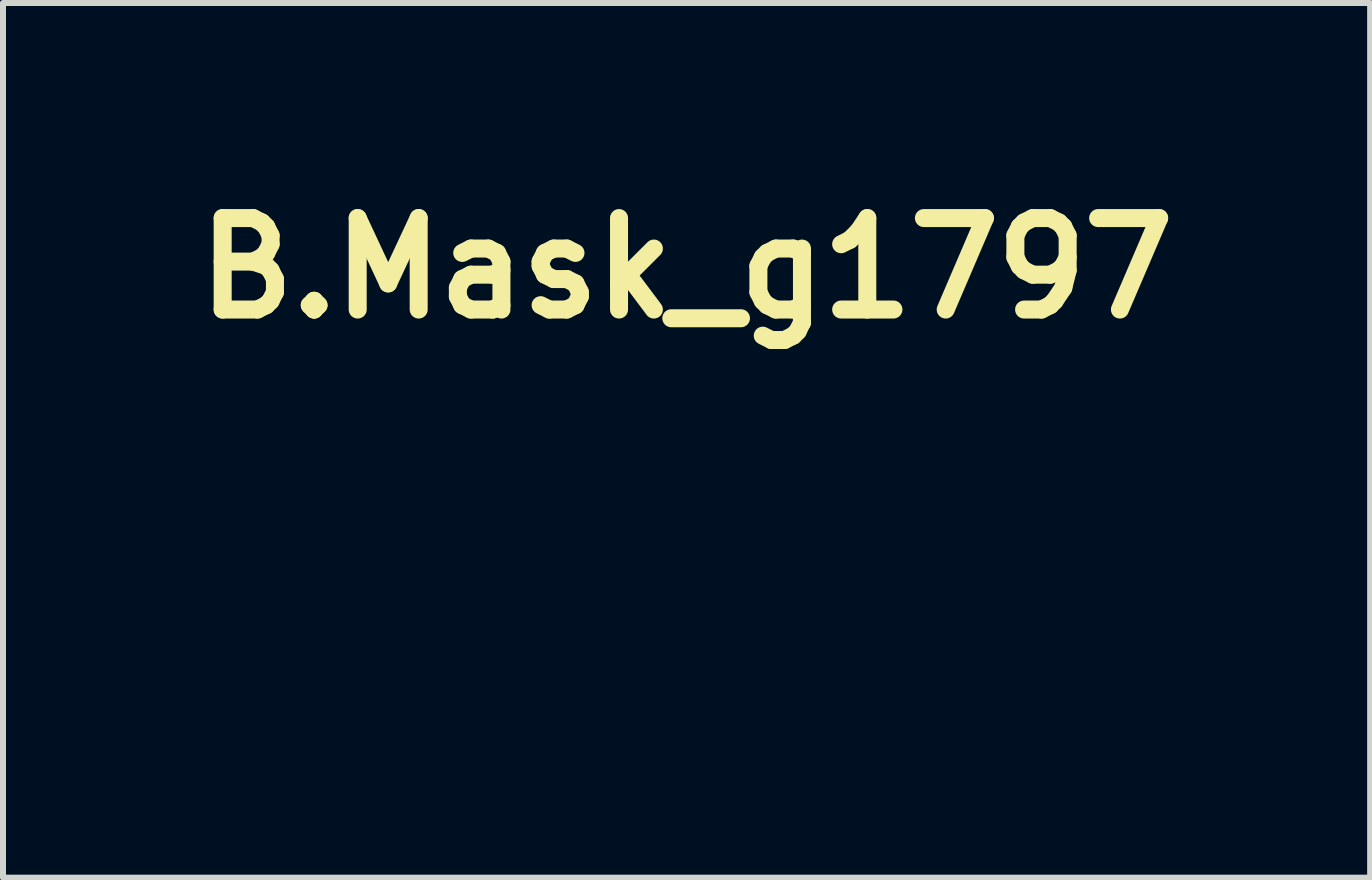
<source format=kicad_pcb>
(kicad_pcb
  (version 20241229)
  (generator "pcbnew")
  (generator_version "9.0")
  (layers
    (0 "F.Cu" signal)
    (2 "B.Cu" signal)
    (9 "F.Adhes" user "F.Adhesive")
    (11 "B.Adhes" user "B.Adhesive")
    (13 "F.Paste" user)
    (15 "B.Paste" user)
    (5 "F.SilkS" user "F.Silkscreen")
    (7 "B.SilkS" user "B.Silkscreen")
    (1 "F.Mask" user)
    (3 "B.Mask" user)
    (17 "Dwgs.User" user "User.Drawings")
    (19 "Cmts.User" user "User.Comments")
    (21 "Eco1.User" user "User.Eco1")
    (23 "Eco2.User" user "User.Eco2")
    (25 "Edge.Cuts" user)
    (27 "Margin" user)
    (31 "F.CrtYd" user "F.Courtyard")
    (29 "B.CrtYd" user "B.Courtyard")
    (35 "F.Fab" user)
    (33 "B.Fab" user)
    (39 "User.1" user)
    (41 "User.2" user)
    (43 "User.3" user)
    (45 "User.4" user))
  (footprint "B.Mask_g1797"
    (layer "F.Cu")
    (at 8.389 1.418)
    (property "Reference" "B.Mask_g1797" (at 0 0 0) (layer "F.SilkS") (effects (font (size 1.524 1.524) (thickness 0.3))))
    (attr through_hole)
    (fp_poly (pts (xy -0.98 0.005) (xy -0.985 0.02) (xy -0.99 0.026) (xy -1.032 0.048) (xy -1.066 0.048) (xy -1.12 0.051) (xy -1.18 0.071) (xy -1.182 0.072) (xy -1.237 0.095) (xy -1.283 0.104) (xy -1.285 0.104) (xy -1.292 0.096) (xy -1.264 0.077) (xy -1.238 0.064) (xy -1.16 0.035) (xy -1.074 0.013) (xy -1.059 0.01) (xy -1.003 0.002) (xy -0.98 0.005)) (stroke (width 0.01) (type solid)) (fill yes) (layer "B.Mask"))
    (fp_poly (pts (xy -4.548 4.392) (xy -4.446 4.422) (xy -4.364 4.466) (xy -4.318 4.514) (xy -4.279 4.61) (xy -4.263 4.723) (xy -4.268 4.84) (xy -4.293 4.949) (xy -4.339 5.037) (xy -4.351 5.052) (xy -4.387 5.103) (xy -4.403 5.153) (xy -4.403 5.156) (xy -4.415 5.2) (xy -4.445 5.263) (xy -4.486 5.33) (xy -4.528 5.389) (xy -4.564 5.424) (xy -4.565 5.425) (xy -4.586 5.453) (xy -4.61 5.509) (xy -4.626 5.556) (xy -4.659 5.671) (xy -4.568 5.769) (xy -4.485 5.843) (xy -4.384 5.908) (xy -4.278 5.958) (xy -4.181 5.986) (xy -4.139 5.99) (xy -4.078 5.999) (xy -4.051 6.022) (xy -4.028 6.041) (xy -3.998 6.032) (xy -3.971 6.002) (xy -3.958 5.958) (xy -3.958 5.956) (xy -3.978 5.9) (xy -4.035 5.832) (xy -4.127 5.755) (xy -4.179 5.718) (xy -4.269 5.652) (xy -4.326 5.599) (xy -4.348 5.56) (xy -4.335 5.539) (xy -4.288 5.536) (xy -4.207 5.554) (xy -4.152 5.572) (xy -4.1 5.595) (xy -4.045 5.628) (xy -3.976 5.676) (xy -3.884 5.745) (xy -3.871 5.756) (xy -3.803 5.832) (xy -3.761 5.93) (xy -3.748 6.036) (xy -3.767 6.135) (xy -3.777 6.158) (xy -3.826 6.211) (xy -3.906 6.255) (xy -4.01 6.289) (xy -4.125 6.31) (xy -4.244 6.316) (xy -4.356 6.304) (xy -4.377 6.299) (xy -4.548 6.241) (xy -4.713 6.158) (xy -4.859 6.056) (xy -4.936 5.985) (xy -4.996 5.919) (xy -5.033 5.871) (xy -5.054 5.824) (xy -5.066 5.767) (xy -5.072 5.718) (xy -5.079 5.639) (xy -5.083 5.572) (xy -5.082 5.535) (xy -5.067 5.481) (xy -5.034 5.395) (xy -4.985 5.281) (xy -4.922 5.143) (xy -4.869 5.033) (xy -4.825 4.941) (xy -4.801 4.883) (xy -4.799 4.856) (xy -4.82 4.858) (xy -4.864 4.887) (xy -4.909 4.92) (xy -4.973 4.96) (xy -5.026 4.971) (xy -5.083 4.952) (xy -5.117 4.932) (xy -5.17 4.891) (xy -5.182 4.85) (xy -5.155 4.801) (xy -5.137 4.781) (xy -5.096 4.735) (xy -5.044 4.672) (xy -5.017 4.638) (xy -4.929 4.539) (xy -4.837 4.459) (xy -4.748 4.405) (xy -4.67 4.382) (xy -4.659 4.381) (xy -4.548 4.392)) (stroke (width 0.01) (type solid)) (fill yes) (layer "B.Mask"))
    (fp_poly (pts (xy 3.359 3.528) (xy 3.414 3.565) (xy 3.466 3.613) (xy 3.503 3.661) (xy 3.514 3.691) (xy 3.523 3.73) (xy 3.546 3.789) (xy 3.564 3.827) (xy 3.6 3.908) (xy 3.637 4.001) (xy 3.651 4.043) (xy 3.681 4.124) (xy 3.722 4.22) (xy 3.759 4.3) (xy 3.802 4.396) (xy 3.841 4.503) (xy 3.865 4.582) (xy 3.892 4.668) (xy 3.925 4.75) (xy 3.953 4.8) (xy 4.015 4.901) (xy 4.066 5.002) (xy 4.101 5.092) (xy 4.117 5.163) (xy 4.116 5.191) (xy 4.113 5.236) (xy 4.126 5.249) (xy 4.145 5.267) (xy 4.173 5.312) (xy 4.203 5.372) (xy 4.231 5.435) (xy 4.25 5.488) (xy 4.255 5.514) (xy 4.269 5.549) (xy 4.286 5.567) (xy 4.31 5.606) (xy 4.318 5.654) (xy 4.324 5.698) (xy 4.336 5.715) (xy 4.356 5.734) (xy 4.383 5.783) (xy 4.414 5.853) (xy 4.445 5.934) (xy 4.472 6.017) (xy 4.487 6.075) (xy 4.505 6.143) (xy 4.53 6.22) (xy 4.565 6.313) (xy 4.614 6.43) (xy 4.647 6.509) (xy 4.695 6.621) (xy 4.728 6.707) (xy 4.752 6.779) (xy 4.769 6.85) (xy 4.784 6.93) (xy 4.797 7.014) (xy 4.802 7.066) (xy 4.798 7.097) (xy 4.785 7.116) (xy 4.773 7.126) (xy 4.73 7.149) (xy 4.689 7.149) (xy 4.632 7.124) (xy 4.63 7.123) (xy 4.576 7.086) (xy 4.522 7.035) (xy 4.518 7.029) (xy 4.473 6.985) (xy 4.431 6.956) (xy 4.425 6.954) (xy 4.394 6.928) (xy 4.357 6.877) (xy 4.338 6.841) (xy 4.265 6.68) (xy 4.187 6.497) (xy 4.11 6.307) (xy 4.043 6.13) (xy 4.019 6.064) (xy 3.985 5.968) (xy 3.954 5.885) (xy 3.929 5.823) (xy 3.916 5.795) (xy 3.898 5.748) (xy 3.895 5.727) (xy 3.885 5.681) (xy 3.862 5.627) (xy 3.832 5.578) (xy 3.805 5.548) (xy 3.797 5.546) (xy 3.779 5.527) (xy 3.756 5.48) (xy 3.733 5.418) (xy 3.714 5.353) (xy 3.705 5.298) (xy 3.704 5.287) (xy 3.693 5.254) (xy 3.663 5.201) (xy 3.633 5.156) (xy 3.561 5.056) (xy 3.548 5.264) (xy 3.542 5.378) (xy 3.536 5.513) (xy 3.532 5.648) (xy 3.53 5.717) (xy 3.525 5.84) (xy 3.516 5.926) (xy 3.5 5.983) (xy 3.475 6.015) (xy 3.437 6.03) (xy 3.396 6.032) (xy 3.317 6.026) (xy 3.274 6.004) (xy 3.26 5.964) (xy 3.26 5.963) (xy 3.253 5.934) (xy 3.239 5.939) (xy 3.19 5.96) (xy 3.125 5.948) (xy 3.05 5.907) (xy 3.011 5.874) (xy 3.302 5.874) (xy 3.313 5.884) (xy 3.323 5.874) (xy 3.313 5.863) (xy 3.302 5.874) (xy 3.011 5.874) (xy 2.973 5.841) (xy 2.969 5.837) (xy 2.905 5.769) (xy 2.84 5.702) (xy 2.798 5.659) (xy 2.75 5.602) (xy 2.714 5.543) (xy 2.707 5.526) (xy 2.677 5.476) (xy 2.639 5.448) (xy 2.579 5.418) (xy 2.528 5.371) (xy 2.495 5.321) (xy 2.49 5.281) (xy 2.494 5.253) (xy 2.479 5.261) (xy 2.477 5.262) (xy 2.471 5.283) (xy 2.479 5.322) (xy 2.503 5.386) (xy 2.546 5.48) (xy 2.559 5.508) (xy 2.605 5.608) (xy 2.646 5.707) (xy 2.676 5.792) (xy 2.689 5.838) (xy 2.707 5.901) (xy 2.739 5.991) (xy 2.779 6.094) (xy 2.817 6.184) (xy 2.873 6.32) (xy 2.907 6.424) (xy 2.92 6.502) (xy 2.913 6.559) (xy 2.885 6.599) (xy 2.869 6.612) (xy 2.816 6.64) (xy 2.77 6.64) (xy 2.719 6.611) (xy 2.68 6.579) (xy 2.627 6.525) (xy 2.605 6.485) (xy 2.614 6.463) (xy 2.655 6.464) (xy 2.658 6.465) (xy 2.695 6.469) (xy 2.701 6.459) (xy 2.673 6.439) (xy 2.635 6.426) (xy 2.588 6.406) (xy 2.524 6.37) (xy 2.477 6.338) (xy 2.408 6.281) (xy 2.365 6.223) (xy 2.341 6.164) (xy 2.306 6.058) (xy 2.265 5.941) (xy 2.222 5.824) (xy 2.181 5.716) (xy 2.145 5.629) (xy 2.121 5.574) (xy 2.09 5.504) (xy 2.067 5.435) (xy 2.065 5.424) (xy 2.039 5.363) (xy 1.997 5.302) (xy 1.989 5.294) (xy 1.932 5.21) (xy 1.913 5.144) (xy 1.886 5.061) (xy 1.837 4.981) (xy 1.833 4.976) (xy 1.788 4.912) (xy 1.737 4.821) (xy 1.682 4.711) (xy 1.625 4.588) (xy 1.571 4.46) (xy 1.521 4.333) (xy 1.478 4.215) (xy 1.446 4.111) (xy 1.427 4.03) (xy 1.423 3.978) (xy 1.425 3.971) (xy 1.455 3.942) (xy 1.477 3.937) (xy 1.516 3.922) (xy 1.564 3.887) (xy 1.575 3.875) (xy 1.649 3.816) (xy 1.719 3.799) (xy 1.786 3.823) (xy 1.79 3.825) (xy 1.828 3.866) (xy 1.875 3.935) (xy 1.925 4.023) (xy 1.97 4.117) (xy 2.006 4.206) (xy 2.01 4.217) (xy 2.03 4.269) (xy 2.057 4.292) (xy 2.107 4.297) (xy 2.118 4.297) (xy 2.179 4.303) (xy 2.219 4.329) (xy 2.237 4.355) (xy 2.271 4.401) (xy 2.301 4.43) (xy 2.301 4.43) (xy 2.327 4.456) (xy 2.366 4.505) (xy 2.395 4.546) (xy 2.453 4.625) (xy 2.519 4.706) (xy 2.585 4.782) (xy 2.647 4.846) (xy 2.698 4.891) (xy 2.73 4.91) (xy 2.732 4.911) (xy 2.762 4.928) (xy 2.798 4.971) (xy 2.812 4.994) (xy 2.851 5.049) (xy 2.893 5.085) (xy 2.906 5.092) (xy 2.948 5.114) (xy 3.003 5.156) (xy 3.032 5.182) (xy 3.111 5.258) (xy 3.115 5.068) (xy 3.117 4.951) (xy 3.117 4.87) (xy 3.114 4.816) (xy 3.107 4.785) (xy 3.097 4.768) (xy 3.09 4.762) (xy 3.077 4.73) (xy 3.079 4.661) (xy 3.081 4.638) (xy 3.086 4.558) (xy 3.079 4.495) (xy 3.074 4.481) (xy 3.056 4.422) (xy 3.04 4.333) (xy 3.028 4.228) (xy 3.02 4.119) (xy 3.018 4.018) (xy 3.022 3.94) (xy 3.024 3.926) (xy 3.034 3.853) (xy 3.036 3.789) (xy 3.034 3.768) (xy 3.034 3.7) (xy 3.054 3.642) (xy 3.089 3.605) (xy 3.113 3.598) (xy 3.161 3.586) (xy 3.212 3.556) (xy 3.265 3.526) (xy 3.314 3.514) (xy 3.359 3.528)) (stroke (width 0.01) (type solid)) (fill yes) (layer "B.Mask"))
    (fp_poly (pts (xy -0.843 3.464) (xy -0.804 3.49) (xy -0.753 3.52) (xy -0.711 3.535) (xy -0.707 3.535) (xy -0.654 3.55) (xy -0.587 3.591) (xy -0.515 3.648) (xy -0.451 3.714) (xy -0.425 3.749) (xy -0.387 3.812) (xy -0.345 3.899) (xy -0.302 3.998) (xy -0.263 4.097) (xy -0.233 4.187) (xy -0.215 4.257) (xy -0.212 4.283) (xy -0.196 4.335) (xy -0.171 4.37) (xy -0.138 4.416) (xy -0.1 4.499) (xy -0.059 4.612) (xy -0.017 4.749) (xy -0.009 4.78) (xy 0.019 4.865) (xy 0.056 4.95) (xy 0.073 4.981) (xy 0.102 5.041) (xy 0.139 5.126) (xy 0.176 5.223) (xy 0.192 5.271) (xy 0.23 5.371) (xy 0.273 5.47) (xy 0.314 5.551) (xy 0.329 5.577) (xy 0.385 5.689) (xy 0.412 5.792) (xy 0.433 5.879) (xy 0.471 5.942) (xy 0.486 5.957) (xy 0.526 5.992) (xy 0.551 6) (xy 0.575 5.983) (xy 0.579 5.979) (xy 0.597 5.961) (xy 0.608 5.945) (xy 0.61 5.921) (xy 0.604 5.88) (xy 0.59 5.813) (xy 0.574 5.745) (xy 0.525 5.586) (xy 0.461 5.458) (xy 0.419 5.389) (xy 0.386 5.326) (xy 0.37 5.29) (xy 0.338 5.209) (xy 0.286 5.106) (xy 0.223 4.995) (xy 0.222 4.994) (xy 0.72 4.994) (xy 0.733 5.036) (xy 0.752 5.052) (xy 0.78 5.077) (xy 0.814 5.128) (xy 0.849 5.191) (xy 0.877 5.252) (xy 0.889 5.297) (xy 0.889 5.3) (xy 0.905 5.326) (xy 0.945 5.368) (xy 0.999 5.417) (xy 1.058 5.465) (xy 1.11 5.503) (xy 1.148 5.524) (xy 1.154 5.525) (xy 1.18 5.536) (xy 1.232 5.565) (xy 1.301 5.607) (xy 1.333 5.629) (xy 1.404 5.674) (xy 1.461 5.707) (xy 1.495 5.724) (xy 1.5 5.724) (xy 1.502 5.701) (xy 1.496 5.653) (xy 1.494 5.645) (xy 1.473 5.583) (xy 1.44 5.535) (xy 1.439 5.535) (xy 1.407 5.497) (xy 1.397 5.47) (xy 1.382 5.445) (xy 1.341 5.398) (xy 1.281 5.337) (xy 1.209 5.267) (xy 1.131 5.196) (xy 1.055 5.129) (xy 0.986 5.073) (xy 0.933 5.034) (xy 0.921 5.027) (xy 0.855 4.993) (xy 0.794 4.967) (xy 0.778 4.963) (xy 0.736 4.957) (xy 0.721 4.974) (xy 0.72 4.994) (xy 0.222 4.994) (xy 0.162 4.9) (xy 0.112 4.82) (xy 0.084 4.753) (xy 0.07 4.681) (xy 0.067 4.648) (xy 0.058 4.523) (xy 0.247 4.534) (xy 0.338 4.542) (xy 0.417 4.553) (xy 0.472 4.565) (xy 0.483 4.57) (xy 0.524 4.583) (xy 0.564 4.57) (xy 0.588 4.555) (xy 0.654 4.515) (xy 0.718 4.497) (xy 0.797 4.497) (xy 0.865 4.506) (xy 0.984 4.536) (xy 1.109 4.585) (xy 1.229 4.648) (xy 1.334 4.718) (xy 1.413 4.789) (xy 1.436 4.82) (xy 1.485 4.877) (xy 1.548 4.93) (xy 1.562 4.94) (xy 1.627 4.991) (xy 1.695 5.064) (xy 1.759 5.145) (xy 1.808 5.223) (xy 1.831 5.281) (xy 1.844 5.332) (xy 1.867 5.407) (xy 1.893 5.494) (xy 1.899 5.51) (xy 1.94 5.689) (xy 1.945 5.854) (xy 1.912 6.012) (xy 1.866 6.125) (xy 1.806 6.226) (xy 1.74 6.3) (xy 1.675 6.342) (xy 1.637 6.35) (xy 1.599 6.334) (xy 1.537 6.286) (xy 1.453 6.21) (xy 1.421 6.178) (xy 1.369 6.131) (xy 1.296 6.07) (xy 1.212 6.004) (xy 1.171 5.973) (xy 0.998 5.845) (xy 1.01 5.919) (xy 1.01 5.982) (xy 0.989 6.053) (xy 0.965 6.102) (xy 0.921 6.186) (xy 0.885 6.241) (xy 0.85 6.277) (xy 0.807 6.306) (xy 0.79 6.315) (xy 0.696 6.346) (xy 0.595 6.342) (xy 0.511 6.319) (xy 0.451 6.303) (xy 0.416 6.305) (xy 0.412 6.309) (xy 0.379 6.327) (xy 0.33 6.317) (xy 0.27 6.282) (xy 0.207 6.228) (xy 0.15 6.162) (xy 0.107 6.093) (xy 0.083 6.058) (xy 0.034 6.002) (xy -0.034 5.929) (xy -0.114 5.848) (xy -0.155 5.808) (xy -0.389 5.579) (xy -0.423 5.655) (xy -0.451 5.712) (xy -0.476 5.755) (xy -0.479 5.76) (xy -0.498 5.8) (xy -0.513 5.859) (xy -0.514 5.867) (xy -0.533 5.927) (xy -0.569 6.001) (xy -0.6 6.052) (xy -0.642 6.116) (xy -0.674 6.171) (xy -0.687 6.199) (xy -0.713 6.231) (xy -0.764 6.265) (xy -0.789 6.277) (xy -0.852 6.308) (xy -0.904 6.338) (xy -0.916 6.347) (xy -0.946 6.365) (xy -0.986 6.365) (xy -1.043 6.352) (xy -1.119 6.323) (xy -1.201 6.285) (xy -1.223 6.273) (xy -1.314 6.22) (xy -1.398 6.296) (xy -1.449 6.338) (xy -1.49 6.366) (xy -1.505 6.371) (xy -1.532 6.358) (xy -1.58 6.324) (xy -1.64 6.275) (xy -1.649 6.267) (xy -1.701 6.224) (xy -1.753 6.189) (xy -1.813 6.157) (xy -1.891 6.124) (xy -1.994 6.087) (xy -2.081 6.057) (xy -2.207 6.013) (xy -2.299 5.981) (xy -2.362 5.957) (xy -2.402 5.939) (xy -2.423 5.924) (xy -2.432 5.91) (xy -2.434 5.894) (xy -2.434 5.887) (xy -2.451 5.849) (xy -2.485 5.822) (xy -2.534 5.783) (xy -2.561 5.748) (xy -2.592 5.712) (xy -2.648 5.668) (xy -2.699 5.636) (xy -2.813 5.57) (xy -2.791 5.627) (xy -2.775 5.68) (xy -2.757 5.754) (xy -2.748 5.8) (xy -2.73 5.88) (xy -2.707 5.955) (xy -2.694 5.986) (xy -2.674 6.034) (xy -2.675 6.065) (xy -2.696 6.093) (xy -2.723 6.139) (xy -2.731 6.17) (xy -2.739 6.211) (xy -2.759 6.268) (xy -2.785 6.329) (xy -2.812 6.381) (xy -2.834 6.411) (xy -2.84 6.413) (xy -2.862 6.398) (xy -2.888 6.365) (xy -2.911 6.32) (xy -2.939 6.25) (xy -2.963 6.18) (xy -3.027 6.012) (xy -3.107 5.843) (xy -3.198 5.686) (xy -3.294 5.551) (xy -3.351 5.485) (xy -3.431 5.402) (xy -3.491 5.341) (xy -3.541 5.295) (xy -3.589 5.253) (xy -3.645 5.208) (xy -3.686 5.176) (xy -3.805 5.084) (xy -3.789 5.151) (xy -3.773 5.207) (xy -3.75 5.284) (xy -3.728 5.348) (xy -3.7 5.453) (xy -3.695 5.533) (xy -3.711 5.587) (xy -3.748 5.608) (xy -3.754 5.608) (xy -3.848 5.586) (xy -3.931 5.526) (xy -4.001 5.431) (xy -4.055 5.307) (xy -4.085 5.186) (xy -4.103 5.095) (xy -4.125 5.003) (xy -4.139 4.95) (xy -4.158 4.879) (xy -3.598 4.879) (xy -3.588 4.889) (xy -3.577 4.879) (xy -3.588 4.868) (xy -3.598 4.879) (xy -4.158 4.879) (xy -4.163 4.862) (xy -4.167 4.794) (xy -4.153 4.727) (xy -4.136 4.678) (xy -4.111 4.625) (xy -4.083 4.6) (xy -4.038 4.593) (xy -4.019 4.593) (xy -3.912 4.612) (xy -3.801 4.666) (xy -3.696 4.75) (xy -3.675 4.771) (xy -3.629 4.819) (xy -3.608 4.838) (xy -3.609 4.828) (xy -3.626 4.793) (xy -3.629 4.788) (xy -3.658 4.7) (xy -3.652 4.625) (xy -3.614 4.569) (xy -3.588 4.552) (xy -3.509 4.529) (xy -3.415 4.521) (xy -3.322 4.528) (xy -3.246 4.551) (xy -3.225 4.563) (xy -3.183 4.598) (xy -3.155 4.634) (xy -3.133 4.687) (xy -3.11 4.763) (xy -3.088 4.827) (xy -3.065 4.877) (xy -3.057 4.889) (xy -3.035 4.93) (xy -3.011 4.989) (xy -3.006 5.006) (xy -2.978 5.084) (xy -2.946 5.165) (xy -2.942 5.175) (xy -2.915 5.239) (xy -2.894 5.294) (xy -2.891 5.305) (xy -2.867 5.338) (xy -2.815 5.383) (xy -2.748 5.433) (xy -2.674 5.48) (xy -2.605 5.517) (xy -2.561 5.535) (xy -2.513 5.553) (xy -2.487 5.567) (xy -2.449 5.585) (xy -2.379 5.609) (xy -2.283 5.639) (xy -2.172 5.671) (xy -2.054 5.702) (xy -1.937 5.732) (xy -1.829 5.757) (xy -1.739 5.775) (xy -1.683 5.783) (xy -1.639 5.783) (xy -1.62 5.763) (xy -1.612 5.717) (xy -1.611 5.651) (xy -1.618 5.596) (xy -1.627 5.571) (xy -1.645 5.556) (xy -1.68 5.548) (xy -1.742 5.545) (xy -1.805 5.544) (xy -1.908 5.54) (xy -2.015 5.533) (xy -2.102 5.523) (xy -2.106 5.522) (xy -2.182 5.511) (xy -2.246 5.501) (xy -2.275 5.496) (xy -2.387 5.459) (xy -2.502 5.382) (xy -2.533 5.354) (xy -2.593 5.303) (xy -2.648 5.263) (xy -2.675 5.247) (xy -2.736 5.198) (xy -2.784 5.118) (xy -2.816 5.019) (xy -2.825 4.956) (xy -2.309 4.956) (xy -2.295 4.984) (xy -2.258 5.013) (xy -2.233 5.026) (xy -2.185 5.051) (xy -2.16 5.075) (xy -2.159 5.079) (xy -2.141 5.096) (xy -2.106 5.101) (xy -2.066 5.107) (xy -2.053 5.119) (xy -2.036 5.141) (xy -1.994 5.165) (xy -1.946 5.181) (xy -1.926 5.183) (xy -1.924 5.171) (xy -1.948 5.139) (xy -1.99 5.098) (xy -2.091 5.019) (xy -2.196 4.965) (xy -2.26 4.944) (xy -2.298 4.94) (xy -2.309 4.956) (xy -2.825 4.956) (xy -2.831 4.91) (xy -2.825 4.803) (xy -2.806 4.732) (xy -2.756 4.64) (xy -2.687 4.571) (xy -2.608 4.527) (xy -2.527 4.513) (xy -2.452 4.534) (xy -2.445 4.538) (xy -2.403 4.56) (xy -2.368 4.558) (xy -2.329 4.541) (xy -2.262 4.518) (xy -2.194 4.508) (xy -2.075 4.524) (xy -1.946 4.565) (xy -1.819 4.627) (xy -1.704 4.704) (xy -1.611 4.789) (xy -1.557 4.866) (xy -1.514 4.923) (xy -1.456 4.973) (xy -1.448 4.978) (xy -1.38 5.04) (xy -1.318 5.137) (xy -1.263 5.266) (xy -1.218 5.42) (xy -1.185 5.594) (xy -1.166 5.766) (xy -1.158 5.852) (xy -1.148 5.907) (xy -1.132 5.942) (xy -1.106 5.968) (xy -1.096 5.976) (xy -1.055 6.003) (xy -1.029 6.005) (xy -0.999 5.983) (xy -0.996 5.981) (xy -0.969 5.942) (xy -0.937 5.876) (xy -0.91 5.803) (xy -0.88 5.715) (xy -0.848 5.63) (xy -0.824 5.576) (xy -0.799 5.513) (xy -0.784 5.458) (xy -0.783 5.445) (xy -0.776 5.391) (xy -0.761 5.342) (xy -0.75 5.291) (xy -0.76 5.272) (xy -0.811 5.235) (xy -0.882 5.177) (xy -0.961 5.107) (xy -1.036 5.036) (xy -1.069 5.004) (xy -1.136 4.939) (xy -1.219 4.86) (xy -1.305 4.783) (xy -1.329 4.762) (xy -1.42 4.676) (xy -1.478 4.604) (xy -1.503 4.549) (xy -1.494 4.514) (xy -1.46 4.5) (xy -1.398 4.491) (xy -1.322 4.485) (xy -1.245 4.485) (xy -1.181 4.491) (xy -1.164 4.495) (xy -1.114 4.518) (xy -1.053 4.56) (xy -0.99 4.612) (xy -0.935 4.665) (xy -0.899 4.711) (xy -0.889 4.735) (xy -0.872 4.761) (xy -0.83 4.798) (xy -0.803 4.817) (xy -0.74 4.862) (xy -0.667 4.924) (xy -0.617 4.972) (xy -0.547 5.042) (xy -0.465 5.121) (xy -0.405 5.177) (xy -0.347 5.228) (xy -0.314 5.253) (xy -0.302 5.253) (xy -0.305 5.231) (xy -0.306 5.228) (xy -0.324 5.176) (xy -0.357 5.096) (xy -0.401 4.997) (xy -0.45 4.889) (xy -0.5 4.781) (xy -0.541 4.699) (xy -0.581 4.61) (xy -0.624 4.502) (xy -0.661 4.395) (xy -0.666 4.381) (xy -0.701 4.281) (xy -0.747 4.162) (xy -0.796 4.043) (xy -0.82 3.99) (xy -0.868 3.883) (xy -0.898 3.8) (xy -0.916 3.726) (xy -0.926 3.649) (xy -0.927 3.625) (xy -0.928 3.529) (xy -0.915 3.472) (xy -0.888 3.451) (xy -0.843 3.464)) (stroke (width 0.01) (type solid)) (fill yes) (layer "B.Mask")))
  (gr_rect
    (start -3 -3)
    (end 19.779 11.573)
    (stroke (width 0.1) (type default))
    (fill no)
    (layer "Edge.Cuts")))
</source>
